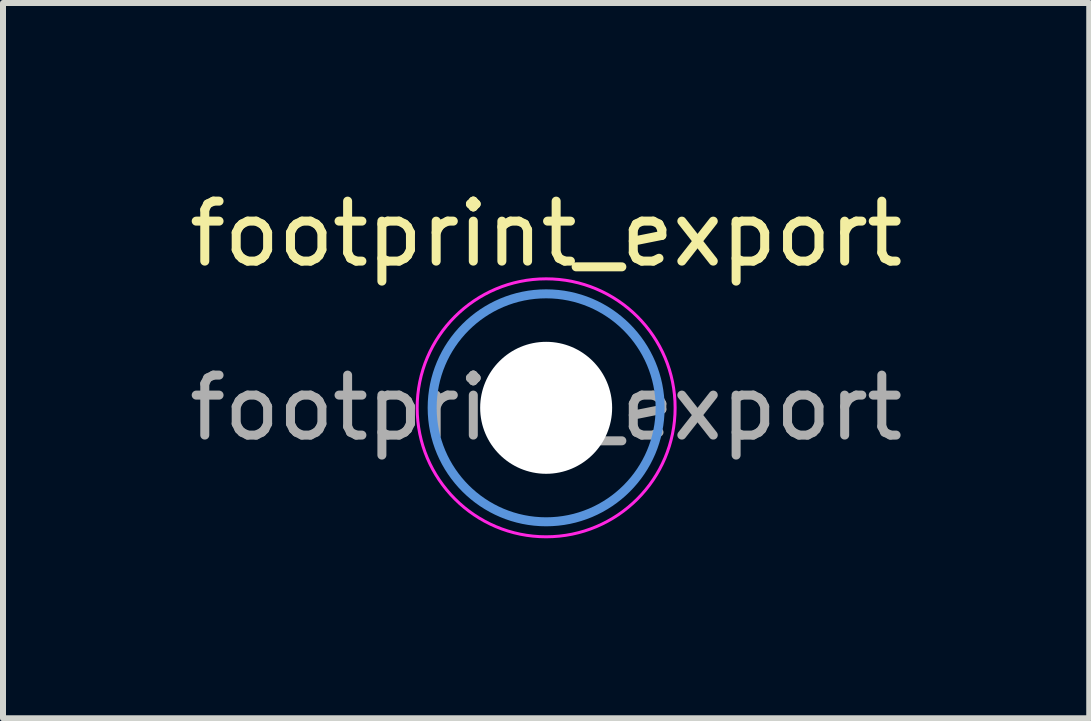
<source format=kicad_pcb>
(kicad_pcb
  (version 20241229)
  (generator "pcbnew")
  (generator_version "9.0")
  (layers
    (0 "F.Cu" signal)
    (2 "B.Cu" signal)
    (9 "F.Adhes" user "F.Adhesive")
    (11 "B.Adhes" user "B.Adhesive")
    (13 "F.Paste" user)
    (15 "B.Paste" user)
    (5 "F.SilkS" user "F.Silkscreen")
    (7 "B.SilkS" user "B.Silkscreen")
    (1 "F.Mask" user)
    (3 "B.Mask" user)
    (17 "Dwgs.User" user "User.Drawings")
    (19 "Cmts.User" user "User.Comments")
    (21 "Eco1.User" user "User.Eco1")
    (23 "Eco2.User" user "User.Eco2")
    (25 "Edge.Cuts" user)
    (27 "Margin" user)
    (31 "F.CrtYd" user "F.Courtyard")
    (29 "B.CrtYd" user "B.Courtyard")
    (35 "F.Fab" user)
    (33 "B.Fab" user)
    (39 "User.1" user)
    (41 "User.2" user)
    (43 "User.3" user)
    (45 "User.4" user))
  (footprint "footprint_export"
    (layer "F.Cu")
    (at 6.054 3.748)
    (property "Reference" "footprint_export" (at 0 -2.9 0) (layer "F.SilkS") (effects (font (size 1 1) (thickness 0.15))))
    (attr exclude_from_pos_files exclude_from_bom)
    (fp_circle (center 0 0) (end 1.9 0) (stroke (width 0.15) (type solid)) (fill no) (layer "Cmts.User"))
    (fp_circle (center 0 0) (end 2.15 0) (stroke (width 0.05) (type solid)) (fill no) (layer "F.CrtYd"))
    (fp_text user "${REFERENCE}" (at 0 0 0) (layer "F.Fab") (effects (font (size 1 1) (thickness 0.15))))
    (pad "" np_thru_hole circle (at 0 0) (size 2.2 2.2) (drill 2.2) (layers "*.Cu" "*.Mask")))
  (gr_rect
    (start -3 -3)
    (end 15.107 8.923)
    (stroke (width 0.1) (type default))
    (fill no)
    (layer "Edge.Cuts")))
</source>
